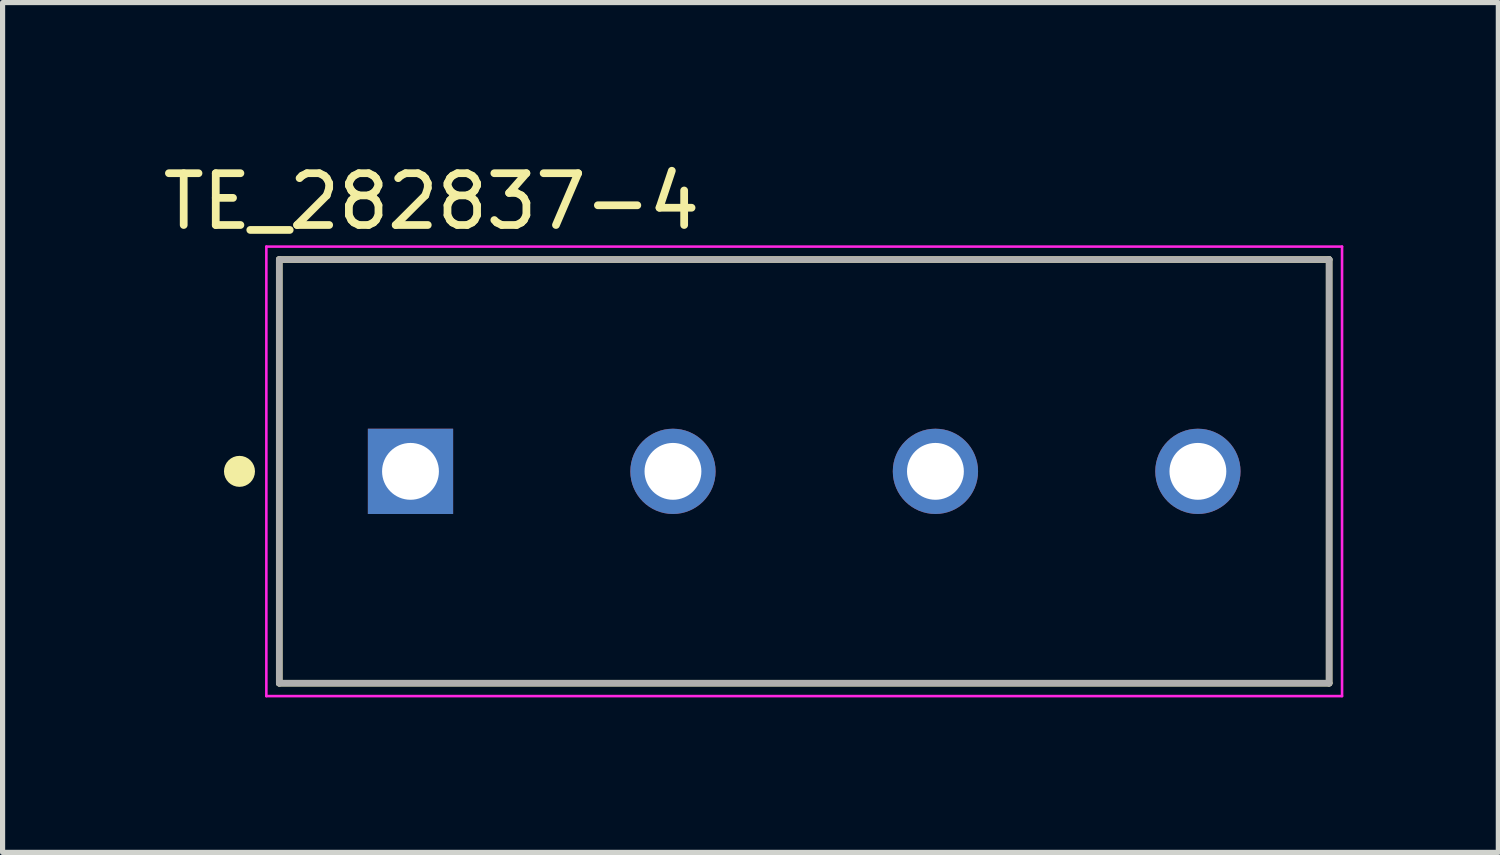
<source format=kicad_pcb>
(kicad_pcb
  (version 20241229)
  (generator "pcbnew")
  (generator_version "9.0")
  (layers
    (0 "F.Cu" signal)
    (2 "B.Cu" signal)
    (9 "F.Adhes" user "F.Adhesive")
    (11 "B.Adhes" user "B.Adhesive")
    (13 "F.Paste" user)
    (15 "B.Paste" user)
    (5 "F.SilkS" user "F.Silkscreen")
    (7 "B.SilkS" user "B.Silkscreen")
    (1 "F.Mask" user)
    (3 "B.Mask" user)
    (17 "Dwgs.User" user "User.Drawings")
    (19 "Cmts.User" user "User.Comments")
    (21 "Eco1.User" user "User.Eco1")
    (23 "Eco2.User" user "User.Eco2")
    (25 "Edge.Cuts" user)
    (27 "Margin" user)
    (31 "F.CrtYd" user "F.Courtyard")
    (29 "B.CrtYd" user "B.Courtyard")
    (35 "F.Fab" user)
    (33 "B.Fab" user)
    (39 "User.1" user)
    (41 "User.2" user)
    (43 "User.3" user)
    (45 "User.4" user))
  (footprint "TE_282837-4"
    (layer "F.Cu")
    (at 4.895 6.073)
    (property "Reference" "TE_282837-4" (at 0.406 -5.224 0) (layer "F.SilkS") (effects (font (size 1.002 1.002) (thickness 0.15))))
    (attr through_hole)
    (fp_line (start -2.54 -4.1) (end 17.78 -4.1) (stroke (width 0.127) (type solid)) (layer "F.SilkS"))
    (fp_line (start -2.54 4.1) (end -2.54 -4.1) (stroke (width 0.127) (type solid)) (layer "F.SilkS"))
    (fp_line (start 17.78 -4.1) (end 17.78 4.1) (stroke (width 0.127) (type solid)) (layer "F.SilkS"))
    (fp_line (start 17.78 4.1) (end -2.54 4.1) (stroke (width 0.127) (type solid)) (layer "F.SilkS"))
    (fp_circle (center -3.31 0) (end -3.16 0) (stroke (width 0.3) (type solid)) (fill no) (layer "F.SilkS"))
    (fp_line (start -2.79 -4.35) (end 18.03 -4.35) (stroke (width 0.05) (type solid)) (layer "F.CrtYd"))
    (fp_line (start -2.79 4.35) (end -2.79 -4.35) (stroke (width 0.05) (type solid)) (layer "F.CrtYd"))
    (fp_line (start 18.03 -4.35) (end 18.03 4.35) (stroke (width 0.05) (type solid)) (layer "F.CrtYd"))
    (fp_line (start 18.03 4.35) (end -2.79 4.35) (stroke (width 0.05) (type solid)) (layer "F.CrtYd"))
    (fp_line (start -2.54 -4.1) (end 17.78 -4.1) (stroke (width 0.127) (type solid)) (layer "F.Fab"))
    (fp_line (start -2.54 4.1) (end -2.54 -4.1) (stroke (width 0.127) (type solid)) (layer "F.Fab"))
    (fp_line (start 17.78 -4.1) (end 17.78 4.1) (stroke (width 0.127) (type solid)) (layer "F.Fab"))
    (fp_line (start 17.78 4.1) (end -2.54 4.1) (stroke (width 0.127) (type solid)) (layer "F.Fab"))
    (fp_circle (center 0 0) (end 0.15 0) (stroke (width 0.3) (type solid)) (fill no) (layer "F.Fab"))
    (pad "1" thru_hole rect (at 0 0) (size 1.65 1.65) (drill 1.1) (layers "*.Cu" "*.Mask"))
    (pad "2" thru_hole circle (at 5.08 0) (size 1.65 1.65) (drill 1.1) (layers "*.Cu" "*.Mask"))
    (pad "3" thru_hole circle (at 10.16 0) (size 1.65 1.65) (drill 1.1) (layers "*.Cu" "*.Mask"))
    (pad "4" thru_hole circle (at 15.24 0) (size 1.65 1.65) (drill 1.1) (layers "*.Cu" "*.Mask")))
  (gr_rect
    (start -3 -3)
    (end 25.95 13.448)
    (stroke (width 0.1) (type default))
    (fill no)
    (layer "Edge.Cuts")))
</source>
